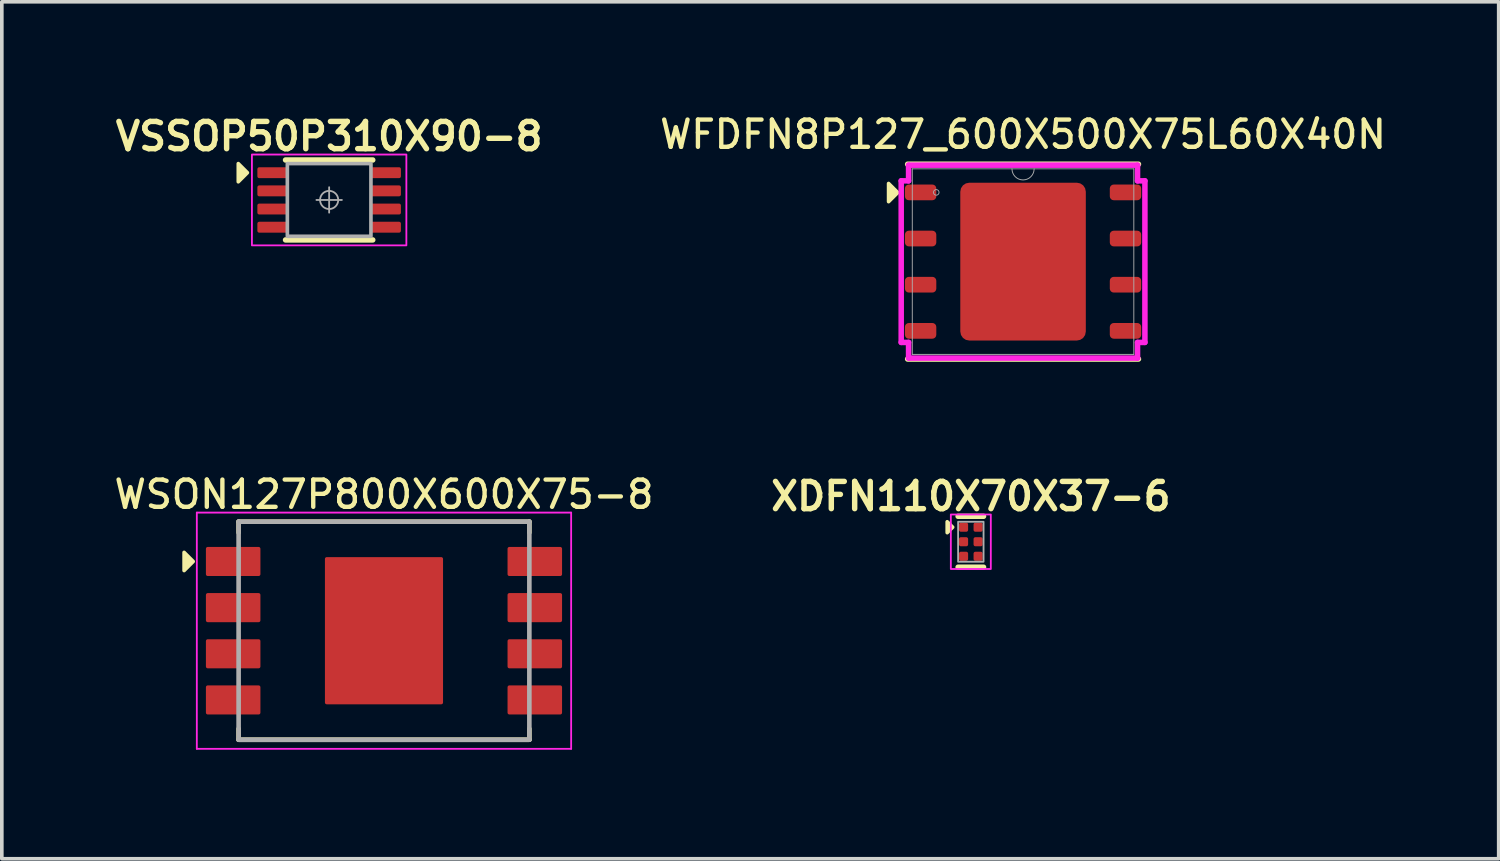
<source format=kicad_pcb>
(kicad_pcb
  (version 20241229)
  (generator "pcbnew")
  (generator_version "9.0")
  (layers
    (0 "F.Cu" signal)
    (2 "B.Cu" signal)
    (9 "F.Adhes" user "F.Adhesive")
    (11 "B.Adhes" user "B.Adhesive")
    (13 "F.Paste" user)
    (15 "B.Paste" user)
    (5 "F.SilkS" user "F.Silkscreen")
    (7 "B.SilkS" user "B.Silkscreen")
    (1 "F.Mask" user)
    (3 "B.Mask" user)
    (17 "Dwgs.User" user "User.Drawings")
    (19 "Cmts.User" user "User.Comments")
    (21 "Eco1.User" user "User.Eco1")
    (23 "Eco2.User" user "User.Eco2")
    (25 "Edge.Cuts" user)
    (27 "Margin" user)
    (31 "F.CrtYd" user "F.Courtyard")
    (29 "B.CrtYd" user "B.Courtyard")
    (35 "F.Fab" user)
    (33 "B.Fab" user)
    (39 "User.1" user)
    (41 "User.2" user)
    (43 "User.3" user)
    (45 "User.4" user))
  (footprint "XDFN110X70X37-6"
    (layer "F.Cu")
    (at 23.664 11.857)
    (property "Reference" "XDFN110X70X37-6" (at 0 -1.25 0) (unlocked yes) (layer "F.SilkS") (effects (font (size 0.75 0.75) (thickness 0.15) (bold yes))))
    (attr smd)
    (fp_line (start -0.35 -0.7) (end 0.35 -0.7) (stroke (width 0.15) (type solid)) (layer "F.SilkS"))
    (fp_line (start -0.35 0.7) (end 0.35 0.7) (stroke (width 0.15) (type solid)) (layer "F.SilkS"))
    (fp_poly (pts (xy -0.5 -0.4) (xy -0.65 -0.25) (xy -0.65 -0.55)) (stroke (width 0.1) (type solid)) (fill yes) (layer "F.SilkS"))
    (fp_rect (start -0.55 -0.75) (end 0.55 0.75) (stroke (width 0.05) (type default)) (fill no) (layer "F.CrtYd"))
    (fp_rect (start -0.35 -0.55) (end 0.35 0.55) (stroke (width 0.05) (type solid)) (fill no) (layer "F.Fab"))
    (pad "1" smd roundrect (at -0.2 -0.4) (size 0.25 0.25) (layers "F.Cu" "F.Mask" "F.Paste") (roundrect_rratio 0.2))
    (pad "2" smd roundrect (at -0.2 0) (size 0.25 0.25) (layers "F.Cu" "F.Mask" "F.Paste") (roundrect_rratio 0.2))
    (pad "3" smd roundrect (at -0.2 0.4) (size 0.25 0.25) (layers "F.Cu" "F.Mask" "F.Paste") (roundrect_rratio 0.2))
    (pad "4" smd roundrect (at 0.2 0.4) (size 0.25 0.25) (layers "F.Cu" "F.Mask" "F.Paste") (roundrect_rratio 0.2))
    (pad "5" smd roundrect (at 0.2 0) (size 0.25 0.25) (layers "F.Cu" "F.Mask" "F.Paste") (roundrect_rratio 0.2))
    (pad "6" smd roundrect (at 0.2 -0.4) (size 0.25 0.25) (layers "F.Cu" "F.Mask" "F.Paste") (roundrect_rratio 0.2)))
  (footprint "VSSOP50P310X90-8"
    (layer "F.Cu")
    (at 6.007 2.452)
    (property "Reference" "VSSOP50P310X90-8" (at 0 -1.75 0) (unlocked yes) (layer "F.SilkS") (effects (font (size 0.75 0.75) (thickness 0.15) (bold yes))))
    (attr smd)
    (fp_line (start -1.2 -1.1) (end 1.2 -1.1) (stroke (width 0.15) (type solid)) (layer "F.SilkS"))
    (fp_line (start -1.2 1.1) (end 1.2 1.1) (stroke (width 0.15) (type solid)) (layer "F.SilkS"))
    (fp_poly (pts (xy -2.25 -0.75) (xy -2.5 -0.5) (xy -2.5 -1)) (stroke (width 0.1) (type solid)) (fill yes) (layer "F.SilkS"))
    (fp_rect (start -2.125 -1.25) (end 2.125 1.25) (stroke (width 0.05) (type solid)) (fill no) (layer "F.CrtYd"))
    (fp_line (start -0.35 0) (end 0.35 0) (stroke (width 0.05) (type solid)) (layer "F.Fab"))
    (fp_line (start 0 -0.35) (end 0 0.35) (stroke (width 0.05) (type solid)) (layer "F.Fab"))
    (fp_rect (start -1.15 -1) (end 1.15 1) (stroke (width 0.1) (type solid)) (fill no) (layer "F.Fab"))
    (fp_circle (center 0 0) (end 0.25 0) (stroke (width 0.05) (type solid)) (fill no) (layer "F.Fab"))
    (pad "1" smd roundrect (at -1.55 -0.75) (size 0.85 0.3) (layers "F.Cu" "F.Mask" "F.Paste") (roundrect_rratio 0.167))
    (pad "2" smd roundrect (at -1.55 -0.25) (size 0.85 0.3) (layers "F.Cu" "F.Mask" "F.Paste") (roundrect_rratio 0.167))
    (pad "3" smd roundrect (at -1.55 0.25) (size 0.85 0.3) (layers "F.Cu" "F.Mask" "F.Paste") (roundrect_rratio 0.167))
    (pad "4" smd roundrect (at -1.55 0.75) (size 0.85 0.3) (layers "F.Cu" "F.Mask" "F.Paste") (roundrect_rratio 0.167))
    (pad "5" smd roundrect (at 1.55 0.75) (size 0.85 0.3) (layers "F.Cu" "F.Mask" "F.Paste") (roundrect_rratio 0.167))
    (pad "6" smd roundrect (at 1.55 0.25) (size 0.85 0.3) (layers "F.Cu" "F.Mask" "F.Paste") (roundrect_rratio 0.167))
    (pad "7" smd roundrect (at 1.55 -0.25) (size 0.85 0.3) (layers "F.Cu" "F.Mask" "F.Paste") (roundrect_rratio 0.167))
    (pad "8" smd roundrect (at 1.55 -0.75) (size 0.85 0.3) (layers "F.Cu" "F.Mask" "F.Paste") (roundrect_rratio 0.167)))
  (footprint "WSON127P800X600X75-8"
    (layer "F.Cu")
    (at 7.516 14.305)
    (property "Reference" "WSON127P800X600X75-8" (at 0 -3.75 0) (layer "F.SilkS") (effects (font (size 0.75 0.75) (thickness 0.12))))
    (attr smd)
    (fp_line (start -4 -3) (end 4 -3) (stroke (width 0.127) (type solid)) (layer "F.SilkS"))
    (fp_line (start -4 -2.7) (end -4 -3) (stroke (width 0.127) (type solid)) (layer "F.SilkS"))
    (fp_line (start -4 3) (end -4 2.7) (stroke (width 0.127) (type solid)) (layer "F.SilkS"))
    (fp_line (start 4 -3) (end 4 -2.7) (stroke (width 0.127) (type solid)) (layer "F.SilkS"))
    (fp_line (start 4 3) (end -4 3) (stroke (width 0.127) (type solid)) (layer "F.SilkS"))
    (fp_line (start 4 3) (end 4 2.7) (stroke (width 0.127) (type solid)) (layer "F.SilkS"))
    (fp_poly (pts (xy -5.25 -1.905) (xy -5.5 -1.655) (xy -5.5 -2.155)) (stroke (width 0.1) (type solid)) (fill yes) (layer "F.SilkS"))
    (fp_rect (start -1.575 -1.975) (end -0.175 -0.175) (stroke (width 0.1) (type solid)) (fill yes) (layer "F.Paste"))
    (fp_rect (start -1.575 0.175) (end -0.175 1.975) (stroke (width 0.1) (type solid)) (fill yes) (layer "F.Paste"))
    (fp_rect (start 0.175 -1.975) (end 1.575 -0.175) (stroke (width 0.1) (type solid)) (fill yes) (layer "F.Paste"))
    (fp_rect (start 0.175 0.175) (end 1.575 1.975) (stroke (width 0.1) (type solid)) (fill yes) (layer "F.Paste"))
    (fp_line (start -5.15 -3.25) (end -5.15 3.25) (stroke (width 0.05) (type solid)) (layer "F.CrtYd"))
    (fp_line (start -5.15 3.25) (end 5.15 3.25) (stroke (width 0.05) (type solid)) (layer "F.CrtYd"))
    (fp_line (start 5.15 -3.25) (end -5.15 -3.25) (stroke (width 0.05) (type solid)) (layer "F.CrtYd"))
    (fp_line (start 5.15 3.25) (end 5.15 -3.25) (stroke (width 0.05) (type solid)) (layer "F.CrtYd"))
    (fp_line (start -4 -3) (end 4 -3) (stroke (width 0.127) (type solid)) (layer "F.Fab"))
    (fp_line (start -4 3) (end -4 -3) (stroke (width 0.127) (type solid)) (layer "F.Fab"))
    (fp_line (start 4 -3) (end 4 3) (stroke (width 0.127) (type solid)) (layer "F.Fab"))
    (fp_line (start 4 3) (end -4 3) (stroke (width 0.127) (type solid)) (layer "F.Fab"))
    (pad "1" smd roundrect (at -4.15 -1.905) (size 1.5 0.8) (layers "F.Cu" "F.Mask" "F.Paste") (roundrect_rratio 0.062))
    (pad "2" smd roundrect (at -4.15 -0.635) (size 1.5 0.8) (layers "F.Cu" "F.Mask" "F.Paste") (roundrect_rratio 0.062))
    (pad "3" smd roundrect (at -4.15 0.635) (size 1.5 0.8) (layers "F.Cu" "F.Mask" "F.Paste") (roundrect_rratio 0.062))
    (pad "4" smd roundrect (at -4.15 1.905) (size 1.5 0.8) (layers "F.Cu" "F.Mask" "F.Paste") (roundrect_rratio 0.062))
    (pad "5" smd roundrect (at 4.15 1.905) (size 1.5 0.8) (layers "F.Cu" "F.Mask" "F.Paste") (roundrect_rratio 0.062))
    (pad "6" smd roundrect (at 4.15 0.635) (size 1.5 0.8) (layers "F.Cu" "F.Mask" "F.Paste") (roundrect_rratio 0.062))
    (pad "7" smd roundrect (at 4.15 -0.635) (size 1.5 0.8) (layers "F.Cu" "F.Mask" "F.Paste") (roundrect_rratio 0.062))
    (pad "8" smd roundrect (at 4.15 -1.905) (size 1.5 0.8) (layers "F.Cu" "F.Mask" "F.Paste") (roundrect_rratio 0.062))
    (pad "9" smd roundrect (at 0 0) (size 3.25 4.05) (layers "F.Cu" "F.Mask") (roundrect_rratio 0.015)))
  (footprint "WFDFN8P127_600X500X75L60X40N"
    (layer "F.Cu")
    (at 25.101 4.149)
    (property "Reference" "WFDFN8P127_600X500X75L60X40N" (at 0 -3.5 0) (unlocked yes) (layer "F.SilkS") (effects (font (size 0.75 0.75) (thickness 0.12))))
    (attr smd)
    (fp_line (start -3.175 2.68) (end 3.175 2.68) (stroke (width 0.152) (type solid)) (layer "F.SilkS"))
    (fp_line (start 3.175 -2.68) (end -3.175 -2.68) (stroke (width 0.152) (type solid)) (layer "F.SilkS"))
    (fp_poly (pts (xy -3.45 -1.9) (xy -3.7 -1.65) (xy -3.7 -2.15)) (stroke (width 0.1) (type solid)) (fill yes) (layer "F.SilkS"))
    (fp_poly (pts (xy -1.627 -2.072) (xy -1.627 -0.824) (xy -0.1 -0.824) (xy -0.1 -2.072)) (stroke (width 0) (type solid)) (fill yes) (layer "F.Paste"))
    (fp_poly (pts (xy -1.627 -0.624) (xy -1.627 0.624) (xy -0.1 0.624) (xy -0.1 -0.624)) (stroke (width 0) (type solid)) (fill yes) (layer "F.Paste"))
    (fp_poly (pts (xy -1.627 0.824) (xy -1.627 2.072) (xy -0.1 2.072) (xy -0.1 0.824)) (stroke (width 0) (type solid)) (fill yes) (layer "F.Paste"))
    (fp_poly (pts (xy 0.1 -2.072) (xy 0.1 -0.824) (xy 1.627 -0.824) (xy 1.627 -2.072)) (stroke (width 0) (type solid)) (fill yes) (layer "F.Paste"))
    (fp_poly (pts (xy 0.1 -0.624) (xy 0.1 0.624) (xy 1.627 0.624) (xy 1.627 -0.624)) (stroke (width 0) (type solid)) (fill yes) (layer "F.Paste"))
    (fp_poly (pts (xy 0.1 0.824) (xy 0.1 2.072) (xy 1.627 2.072) (xy 1.627 0.824)) (stroke (width 0) (type solid)) (fill yes) (layer "F.Paste"))
    (fp_line (start -3.353 -2.223) (end -3.15 -2.223) (stroke (width 0.152) (type solid)) (layer "F.CrtYd"))
    (fp_line (start -3.353 2.223) (end -3.353 -2.223) (stroke (width 0.152) (type solid)) (layer "F.CrtYd"))
    (fp_line (start -3.353 2.223) (end -3.15 2.223) (stroke (width 0.152) (type solid)) (layer "F.CrtYd"))
    (fp_line (start -3.15 -2.654) (end 3.15 -2.654) (stroke (width 0.152) (type solid)) (layer "F.CrtYd"))
    (fp_line (start -3.15 -2.223) (end -3.15 -2.654) (stroke (width 0.152) (type solid)) (layer "F.CrtYd"))
    (fp_line (start -3.15 2.654) (end -3.15 2.223) (stroke (width 0.152) (type solid)) (layer "F.CrtYd"))
    (fp_line (start 3.15 -2.654) (end 3.15 -2.223) (stroke (width 0.152) (type solid)) (layer "F.CrtYd"))
    (fp_line (start 3.15 2.223) (end 3.15 2.654) (stroke (width 0.152) (type solid)) (layer "F.CrtYd"))
    (fp_line (start 3.15 2.654) (end -3.15 2.654) (stroke (width 0.152) (type solid)) (layer "F.CrtYd"))
    (fp_line (start 3.353 -2.223) (end 3.15 -2.223) (stroke (width 0.152) (type solid)) (layer "F.CrtYd"))
    (fp_line (start 3.353 -2.223) (end 3.353 2.223) (stroke (width 0.152) (type solid)) (layer "F.CrtYd"))
    (fp_line (start 3.353 2.223) (end 3.15 2.223) (stroke (width 0.152) (type solid)) (layer "F.CrtYd"))
    (fp_line (start -3.048 -2.553) (end -3.048 2.553) (stroke (width 0.025) (type solid)) (layer "F.Fab"))
    (fp_line (start -3.048 2.553) (end 3.048 2.553) (stroke (width 0.025) (type solid)) (layer "F.Fab"))
    (fp_line (start 3.048 -2.553) (end -3.048 -2.553) (stroke (width 0.025) (type solid)) (layer "F.Fab"))
    (fp_line (start 3.048 2.553) (end 3.048 -2.553) (stroke (width 0.025) (type solid)) (layer "F.Fab"))
    (fp_arc (start 0.3048 -2.5527) (mid 0 -2.2479) (end -0.3048 -2.5527) (stroke (width 0.0254) (type solid)) (layer "F.Fab"))
    (fp_circle (center -2.388 -1.905) (end -2.311 -1.905) (stroke (width 0.025) (type solid)) (fill no) (layer "F.Fab"))
    (pad "1" smd roundrect (at -2.819 -1.905) (size 0.864 0.432) (layers "F.Cu" "F.Mask" "F.Paste") (roundrect_rratio 0.25))
    (pad "2" smd roundrect (at -2.819 -0.635) (size 0.864 0.432) (layers "F.Cu" "F.Mask" "F.Paste") (roundrect_rratio 0.25))
    (pad "3" smd roundrect (at -2.819 0.635) (size 0.864 0.432) (layers "F.Cu" "F.Mask" "F.Paste") (roundrect_rratio 0.25))
    (pad "4" smd roundrect (at -2.819 1.905) (size 0.864 0.432) (layers "F.Cu" "F.Mask" "F.Paste") (roundrect_rratio 0.25))
    (pad "5" smd roundrect (at 2.819 1.905) (size 0.864 0.432) (layers "F.Cu" "F.Mask" "F.Paste") (roundrect_rratio 0.25))
    (pad "6" smd roundrect (at 2.819 0.635) (size 0.864 0.432) (layers "F.Cu" "F.Mask" "F.Paste") (roundrect_rratio 0.25))
    (pad "7" smd roundrect (at 2.819 -0.635) (size 0.864 0.432) (layers "F.Cu" "F.Mask" "F.Paste") (roundrect_rratio 0.25))
    (pad "8" smd roundrect (at 2.819 -1.905) (size 0.864 0.432) (layers "F.Cu" "F.Mask" "F.Paste") (roundrect_rratio 0.25))
    (pad "9" smd roundrect (at 0 0) (size 3.454 4.343) (layers "F.Cu" "F.Mask" "F.Paste") (roundrect_rratio 0.072)))
  (gr_rect
    (start -3 -3)
    (end 38.189 20.58)
    (stroke (width 0.1) (type default))
    (fill no)
    (layer "Edge.Cuts")))
</source>
